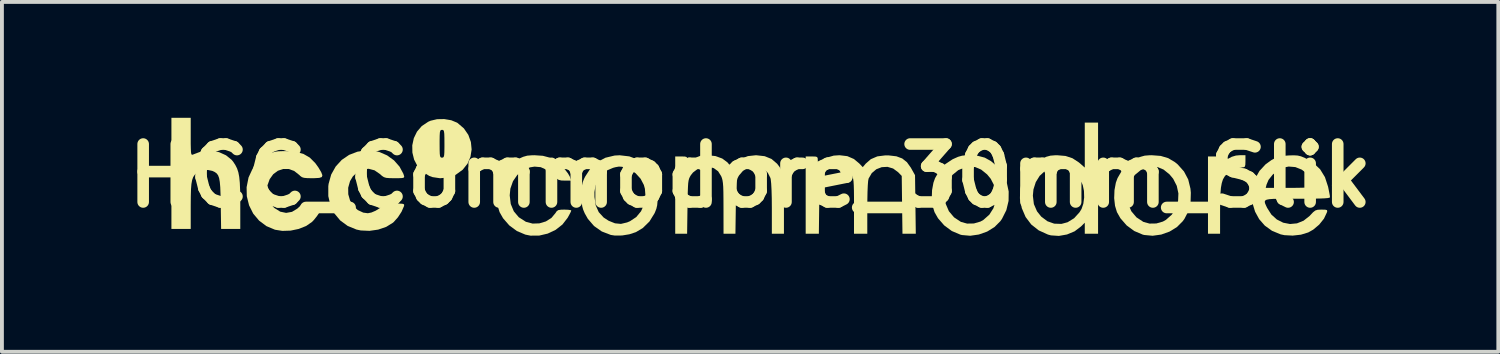
<source format=kicad_pcb>
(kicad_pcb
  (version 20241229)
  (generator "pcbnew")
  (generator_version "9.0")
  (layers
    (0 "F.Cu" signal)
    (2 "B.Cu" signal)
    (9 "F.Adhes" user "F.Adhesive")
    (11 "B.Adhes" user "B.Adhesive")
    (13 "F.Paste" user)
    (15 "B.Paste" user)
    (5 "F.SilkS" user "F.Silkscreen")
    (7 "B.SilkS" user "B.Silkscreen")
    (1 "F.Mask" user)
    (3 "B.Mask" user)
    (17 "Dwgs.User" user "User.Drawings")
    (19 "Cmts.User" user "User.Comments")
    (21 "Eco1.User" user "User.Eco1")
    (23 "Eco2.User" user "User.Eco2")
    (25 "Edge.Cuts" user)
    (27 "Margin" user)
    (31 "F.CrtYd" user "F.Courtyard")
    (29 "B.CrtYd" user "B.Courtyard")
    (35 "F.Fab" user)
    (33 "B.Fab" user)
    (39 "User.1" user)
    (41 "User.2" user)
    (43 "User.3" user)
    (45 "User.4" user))
  (footprint "HCC_Commodore_30mm_Slik"
    (layer "F.Cu")
    (at 16.371 1.501)
    (property "Reference" "HCC_Commodore_30mm_Slik" (at 0 0 0) (layer "F.SilkS") (effects (font (size 1.5 1.5) (thickness 0.3))))
    (attr board_only exclude_from_pos_files exclude_from_bom)
    (fp_poly (pts (xy 12.825 -0.375) (xy 12.822 -0.282) (xy 12.808 -0.235) (xy 12.778 -0.22) (xy 12.758 -0.219) (xy 12.612 -0.195) (xy 12.462 -0.133) (xy 12.34 -0.045) (xy 12.339 -0.044) (xy 12.285 0.02) (xy 12.242 0.095) (xy 12.212 0.189) (xy 12.19 0.31) (xy 12.177 0.469) (xy 12.17 0.673) (xy 12.168 0.921) (xy 12.168 1.501) (xy 12.012 1.501) (xy 11.855 1.501) (xy 11.855 0.5) (xy 11.855 -0.5) (xy 12.012 -0.5) (xy 12.104 -0.498) (xy 12.151 -0.486) (xy 12.166 -0.453) (xy 12.168 -0.409) (xy 12.168 -0.317) (xy 12.346 -0.425) (xy 12.472 -0.492) (xy 12.579 -0.524) (xy 12.675 -0.532) (xy 12.825 -0.532)) (stroke (width 0) (type solid)) (fill yes) (layer "F.SilkS"))
    (fp_poly (pts (xy -14.483 -1.013) (xy -14.483 -0.829) (xy -14.48 -0.698) (xy -14.476 -0.613) (xy -14.468 -0.565) (xy -14.455 -0.545) (xy -14.436 -0.545) (xy -14.428 -0.548) (xy -14.263 -0.611) (xy -14.127 -0.645) (xy -13.998 -0.653) (xy -13.951 -0.65) (xy -13.75 -0.612) (xy -13.569 -0.53) (xy -13.425 -0.414) (xy -13.385 -0.366) (xy -13.328 -0.279) (xy -13.283 -0.19) (xy -13.25 -0.09) (xy -13.227 0.031) (xy -13.212 0.183) (xy -13.204 0.374) (xy -13.201 0.615) (xy -13.2 0.725) (xy -13.2 1.376) (xy -13.448 1.376) (xy -13.696 1.376) (xy -13.706 0.727) (xy -13.711 0.487) (xy -13.718 0.3) (xy -13.73 0.161) (xy -13.748 0.059) (xy -13.775 -0.013) (xy -13.812 -0.062) (xy -13.862 -0.098) (xy -13.922 -0.126) (xy -14.037 -0.15) (xy -14.167 -0.142) (xy -14.283 -0.106) (xy -14.333 -0.073) (xy -14.382 -0.022) (xy -14.42 0.036) (xy -14.447 0.113) (xy -14.465 0.215) (xy -14.476 0.353) (xy -14.481 0.534) (xy -14.483 0.769) (xy -14.483 0.781) (xy -14.483 1.376) (xy -14.733 1.376) (xy -14.983 1.376) (xy -14.983 -0.063) (xy -14.983 -1.501) (xy -14.733 -1.501) (xy -14.483 -1.501)) (stroke (width 0) (type solid)) (fill yes) (layer "F.SilkS"))
    (fp_poly (pts (xy 5.896 -0.517) (xy 6.077 -0.469) (xy 6.237 -0.379) (xy 6.384 -0.252) (xy 6.54 -0.054) (xy 6.644 0.169) (xy 6.695 0.407) (xy 6.692 0.651) (xy 6.634 0.891) (xy 6.521 1.116) (xy 6.478 1.177) (xy 6.327 1.328) (xy 6.137 1.445) (xy 5.922 1.521) (xy 5.699 1.553) (xy 5.483 1.534) (xy 5.441 1.523) (xy 5.222 1.43) (xy 5.026 1.285) (xy 4.865 1.1) (xy 4.775 0.942) (xy 4.724 0.777) (xy 4.703 0.579) (xy 4.706 0.509) (xy 5.037 0.509) (xy 5.065 0.727) (xy 5.147 0.918) (xy 5.28 1.076) (xy 5.458 1.194) (xy 5.618 1.238) (xy 5.794 1.235) (xy 5.963 1.186) (xy 6.04 1.143) (xy 6.194 1.007) (xy 6.3 0.84) (xy 6.358 0.653) (xy 6.366 0.456) (xy 6.324 0.261) (xy 6.23 0.078) (xy 6.136 -0.036) (xy 5.982 -0.16) (xy 5.827 -0.226) (xy 5.66 -0.235) (xy 5.569 -0.219) (xy 5.39 -0.146) (xy 5.24 -0.023) (xy 5.127 0.138) (xy 5.057 0.33) (xy 5.037 0.509) (xy 4.706 0.509) (xy 4.711 0.372) (xy 4.747 0.178) (xy 4.789 0.061) (xy 4.908 -0.144) (xy 5.054 -0.302) (xy 5.239 -0.425) (xy 5.262 -0.436) (xy 5.385 -0.491) (xy 5.492 -0.521) (xy 5.617 -0.531) (xy 5.677 -0.532)) (stroke (width 0) (type solid)) (fill yes) (layer "F.SilkS"))
    (fp_poly (pts (xy 10.632 -0.514) (xy 10.826 -0.456) (xy 10.999 -0.353) (xy 11.072 -0.293) (xy 11.234 -0.111) (xy 11.343 0.095) (xy 11.401 0.333) (xy 11.411 0.438) (xy 11.404 0.692) (xy 11.35 0.913) (xy 11.245 1.116) (xy 11.202 1.176) (xy 11.051 1.328) (xy 10.86 1.445) (xy 10.645 1.522) (xy 10.421 1.553) (xy 10.205 1.533) (xy 10.165 1.523) (xy 9.946 1.43) (xy 9.749 1.285) (xy 9.588 1.1) (xy 9.498 0.942) (xy 9.448 0.777) (xy 9.426 0.579) (xy 9.429 0.509) (xy 9.76 0.509) (xy 9.788 0.727) (xy 9.87 0.918) (xy 10.003 1.076) (xy 10.182 1.194) (xy 10.342 1.238) (xy 10.517 1.235) (xy 10.687 1.186) (xy 10.764 1.143) (xy 10.918 1.007) (xy 11.024 0.84) (xy 11.081 0.653) (xy 11.089 0.456) (xy 11.047 0.261) (xy 10.954 0.078) (xy 10.859 -0.036) (xy 10.706 -0.16) (xy 10.55 -0.226) (xy 10.383 -0.235) (xy 10.292 -0.219) (xy 10.113 -0.146) (xy 9.963 -0.023) (xy 9.85 0.138) (xy 9.78 0.33) (xy 9.76 0.509) (xy 9.429 0.509) (xy 9.434 0.372) (xy 9.47 0.178) (xy 9.513 0.061) (xy 9.632 -0.144) (xy 9.778 -0.302) (xy 9.963 -0.425) (xy 9.986 -0.436) (xy 10.108 -0.491) (xy 10.216 -0.521) (xy 10.34 -0.531) (xy 10.4 -0.532)) (stroke (width 0) (type solid)) (fill yes) (layer "F.SilkS"))
    (fp_poly (pts (xy 9.009 0.063) (xy 9.009 1.501) (xy 8.837 1.501) (xy 8.665 1.501) (xy 8.665 1.358) (xy 8.665 1.215) (xy 8.567 1.313) (xy 8.402 1.438) (xy 8.205 1.52) (xy 7.995 1.557) (xy 7.789 1.543) (xy 7.711 1.522) (xy 7.473 1.414) (xy 7.28 1.262) (xy 7.133 1.068) (xy 7.034 0.837) (xy 6.986 0.583) (xy 6.988 0.516) (xy 7.321 0.516) (xy 7.347 0.733) (xy 7.428 0.92) (xy 7.538 1.058) (xy 7.697 1.177) (xy 7.874 1.24) (xy 8.061 1.246) (xy 8.22 1.203) (xy 8.389 1.099) (xy 8.529 0.945) (xy 8.581 0.86) (xy 8.627 0.726) (xy 8.649 0.561) (xy 8.644 0.392) (xy 8.613 0.243) (xy 8.59 0.188) (xy 8.479 0.025) (xy 8.34 -0.107) (xy 8.187 -0.192) (xy 8.155 -0.203) (xy 7.967 -0.23) (xy 7.79 -0.2) (xy 7.631 -0.121) (xy 7.497 0.002) (xy 7.397 0.163) (xy 7.336 0.354) (xy 7.321 0.516) (xy 6.988 0.516) (xy 6.994 0.335) (xy 7.055 0.102) (xy 7.167 -0.108) (xy 7.325 -0.287) (xy 7.526 -0.426) (xy 7.546 -0.436) (xy 7.669 -0.492) (xy 7.776 -0.521) (xy 7.9 -0.531) (xy 7.958 -0.531) (xy 8.168 -0.513) (xy 8.346 -0.454) (xy 8.51 -0.347) (xy 8.55 -0.314) (xy 8.665 -0.212) (xy 8.665 -0.794) (xy 8.665 -1.376) (xy 8.837 -1.376) (xy 9.009 -1.376)) (stroke (width 0) (type solid)) (fill yes) (layer "F.SilkS"))
    (fp_poly (pts (xy -7.739 -1.438) (xy -7.589 -1.376) (xy -7.574 -1.367) (xy -7.41 -1.226) (xy -7.295 -1.058) (xy -7.229 -0.873) (xy -7.21 -0.681) (xy -7.24 -0.491) (xy -7.316 -0.314) (xy -7.44 -0.158) (xy -7.61 -0.034) (xy -7.631 -0.023) (xy -7.822 0.044) (xy -8.026 0.064) (xy -8.221 0.035) (xy -8.306 0.004) (xy -8.48 -0.105) (xy -8.611 -0.249) (xy -8.62 -0.266) (xy -8.039 -0.266) (xy -8.024 -0.205) (xy -7.977 -0.188) (xy -7.928 -0.206) (xy -7.914 -0.266) (xy -7.929 -0.327) (xy -7.977 -0.344) (xy -8.026 -0.326) (xy -8.039 -0.266) (xy -8.62 -0.266) (xy -8.699 -0.418) (xy -8.744 -0.601) (xy -8.747 -0.789) (xy -8.738 -0.829) (xy -8.039 -0.829) (xy -8.038 -0.674) (xy -8.035 -0.572) (xy -8.028 -0.511) (xy -8.014 -0.48) (xy -7.992 -0.47) (xy -7.977 -0.469) (xy -7.95 -0.473) (xy -7.932 -0.492) (xy -7.921 -0.535) (xy -7.916 -0.615) (xy -7.914 -0.741) (xy -7.914 -0.829) (xy -7.915 -0.984) (xy -7.918 -1.086) (xy -7.926 -1.147) (xy -7.939 -1.178) (xy -7.961 -1.188) (xy -7.977 -1.189) (xy -8.003 -1.185) (xy -8.021 -1.166) (xy -8.032 -1.123) (xy -8.037 -1.043) (xy -8.039 -0.917) (xy -8.039 -0.829) (xy -8.738 -0.829) (xy -8.707 -0.973) (xy -8.625 -1.142) (xy -8.501 -1.287) (xy -8.335 -1.398) (xy -8.274 -1.425) (xy -8.105 -1.465) (xy -7.919 -1.468)) (stroke (width 0) (type solid)) (fill yes) (layer "F.SilkS"))
    (fp_poly (pts (xy -5.365 -0.517) (xy -5.184 -0.469) (xy -5.024 -0.38) (xy -4.878 -0.253) (xy -4.788 -0.155) (xy -4.714 -0.059) (xy -4.671 0.017) (xy -4.668 0.023) (xy -4.633 0.125) (xy -4.799 0.125) (xy -4.89 0.122) (xy -4.956 0.106) (xy -5.017 0.067) (xy -5.095 -0.005) (xy -5.118 -0.028) (xy -5.27 -0.154) (xy -5.421 -0.223) (xy -5.581 -0.237) (xy -5.694 -0.219) (xy -5.877 -0.144) (xy -6.027 -0.022) (xy -6.139 0.14) (xy -6.207 0.334) (xy -6.224 0.508) (xy -6.197 0.731) (xy -6.118 0.92) (xy -5.99 1.073) (xy -5.813 1.187) (xy -5.797 1.194) (xy -5.63 1.238) (xy -5.455 1.232) (xy -5.288 1.182) (xy -5.145 1.092) (xy -5.041 0.968) (xy -5.006 0.916) (xy -4.964 0.888) (xy -4.894 0.878) (xy -4.809 0.876) (xy -4.713 0.88) (xy -4.648 0.889) (xy -4.63 0.899) (xy -4.644 0.937) (xy -4.682 1.011) (xy -4.725 1.089) (xy -4.859 1.262) (xy -5.035 1.4) (xy -5.24 1.497) (xy -5.462 1.549) (xy -5.687 1.55) (xy -5.82 1.523) (xy -6.039 1.43) (xy -6.235 1.285) (xy -6.396 1.1) (xy -6.486 0.942) (xy -6.537 0.777) (xy -6.558 0.579) (xy -6.55 0.372) (xy -6.514 0.178) (xy -6.472 0.061) (xy -6.353 -0.144) (xy -6.207 -0.302) (xy -6.022 -0.425) (xy -5.999 -0.436) (xy -5.876 -0.491) (xy -5.769 -0.521) (xy -5.644 -0.531) (xy -5.584 -0.532)) (stroke (width 0) (type solid)) (fill yes) (layer "F.SilkS"))
    (fp_poly (pts (xy -9.682 -0.635) (xy -9.595 -0.614) (xy -9.398 -0.528) (xy -9.22 -0.399) (xy -9.077 -0.237) (xy -8.979 -0.056) (xy -8.963 -0.008) (xy -8.955 0.026) (xy -8.966 0.047) (xy -9.005 0.058) (xy -9.085 0.062) (xy -9.206 0.063) (xy -9.336 0.061) (xy -9.421 0.054) (xy -9.48 0.036) (xy -9.531 0.003) (xy -9.583 -0.044) (xy -9.724 -0.141) (xy -9.876 -0.181) (xy -10.026 -0.166) (xy -10.167 -0.098) (xy -10.287 0.019) (xy -10.358 0.139) (xy -10.406 0.309) (xy -10.404 0.479) (xy -10.358 0.639) (xy -10.274 0.778) (xy -10.159 0.887) (xy -10.016 0.954) (xy -9.897 0.97) (xy -9.804 0.951) (xy -9.696 0.905) (xy -9.597 0.844) (xy -9.533 0.782) (xy -9.533 0.781) (xy -9.507 0.751) (xy -9.465 0.733) (xy -9.393 0.723) (xy -9.279 0.72) (xy -9.218 0.719) (xy -9.087 0.72) (xy -9.007 0.724) (xy -8.967 0.735) (xy -8.956 0.755) (xy -8.962 0.787) (xy -8.963 0.79) (xy -9.024 0.93) (xy -9.118 1.075) (xy -9.226 1.196) (xy -9.25 1.217) (xy -9.422 1.323) (xy -9.63 1.394) (xy -9.856 1.426) (xy -10.079 1.416) (xy -10.192 1.392) (xy -10.42 1.298) (xy -10.612 1.157) (xy -10.762 0.977) (xy -10.866 0.765) (xy -10.921 0.527) (xy -10.921 0.271) (xy -10.913 0.208) (xy -10.846 -0.032) (xy -10.73 -0.239) (xy -10.573 -0.411) (xy -10.382 -0.541) (xy -10.165 -0.624) (xy -9.929 -0.658)) (stroke (width 0) (type solid)) (fill yes) (layer "F.SilkS"))
    (fp_poly (pts (xy -11.767 -0.62) (xy -11.567 -0.567) (xy -11.401 -0.471) (xy -11.259 -0.329) (xy -11.175 -0.212) (xy -11.104 -0.092) (xy -11.074 -0.013) (xy -11.089 0.033) (xy -11.156 0.055) (xy -11.278 0.062) (xy -11.334 0.063) (xy -11.464 0.061) (xy -11.549 0.053) (xy -11.604 0.036) (xy -11.647 0.005) (xy -11.67 -0.019) (xy -11.805 -0.125) (xy -11.948 -0.176) (xy -12.092 -0.176) (xy -12.228 -0.129) (xy -12.347 -0.04) (xy -12.439 0.088) (xy -12.497 0.249) (xy -12.512 0.397) (xy -12.496 0.563) (xy -12.439 0.697) (xy -12.332 0.82) (xy -12.311 0.838) (xy -12.166 0.929) (xy -12.013 0.961) (xy -11.861 0.934) (xy -11.72 0.848) (xy -11.683 0.813) (xy -11.635 0.767) (xy -11.588 0.739) (xy -11.526 0.725) (xy -11.43 0.72) (xy -11.333 0.719) (xy -11.205 0.721) (xy -11.127 0.727) (xy -11.088 0.741) (xy -11.074 0.764) (xy -11.073 0.776) (xy -11.093 0.843) (xy -11.143 0.938) (xy -11.214 1.044) (xy -11.293 1.143) (xy -11.343 1.195) (xy -11.495 1.3) (xy -11.686 1.376) (xy -11.897 1.42) (xy -12.111 1.427) (xy -12.301 1.397) (xy -12.524 1.303) (xy -12.713 1.161) (xy -12.865 0.98) (xy -12.972 0.766) (xy -13.031 0.529) (xy -13.036 0.297) (xy -12.986 0.044) (xy -12.882 -0.181) (xy -12.726 -0.373) (xy -12.522 -0.527) (xy -12.472 -0.554) (xy -12.386 -0.595) (xy -12.308 -0.621) (xy -12.218 -0.634) (xy -12.095 -0.638) (xy -12.012 -0.638)) (stroke (width 0) (type solid)) (fill yes) (layer "F.SilkS"))
    (fp_poly (pts (xy -3.127 -0.502) (xy -2.903 -0.418) (xy -2.709 -0.28) (xy -2.55 -0.091) (xy -2.485 0.022) (xy -2.441 0.116) (xy -2.413 0.198) (xy -2.399 0.289) (xy -2.394 0.409) (xy -2.393 0.5) (xy -2.396 0.653) (xy -2.406 0.763) (xy -2.427 0.854) (xy -2.463 0.946) (xy -2.475 0.972) (xy -2.606 1.184) (xy -2.779 1.353) (xy -2.956 1.459) (xy -3.126 1.515) (xy -3.316 1.546) (xy -3.5 1.548) (xy -3.606 1.532) (xy -3.84 1.442) (xy -4.041 1.301) (xy -4.202 1.113) (xy -4.282 0.972) (xy -4.322 0.877) (xy -4.347 0.789) (xy -4.359 0.686) (xy -4.363 0.547) (xy -4.363 0.5) (xy -4.362 0.423) (xy -4.03 0.423) (xy -4.029 0.55) (xy -3.997 0.767) (xy -3.919 0.941) (xy -3.793 1.08) (xy -3.664 1.164) (xy -3.498 1.231) (xy -3.345 1.246) (xy -3.185 1.208) (xy -3.109 1.176) (xy -2.948 1.069) (xy -2.824 0.919) (xy -2.743 0.74) (xy -2.708 0.541) (xy -2.724 0.335) (xy -2.751 0.237) (xy -2.835 0.077) (xy -2.963 -0.064) (xy -3.117 -0.169) (xy -3.211 -0.206) (xy -3.317 -0.233) (xy -3.398 -0.238) (xy -3.487 -0.222) (xy -3.547 -0.206) (xy -3.697 -0.142) (xy -3.819 -0.041) (xy -3.827 -0.032) (xy -3.939 0.113) (xy -4.004 0.257) (xy -4.03 0.423) (xy -4.362 0.423) (xy -4.361 0.353) (xy -4.352 0.247) (xy -4.332 0.162) (xy -4.298 0.076) (xy -4.271 0.022) (xy -4.132 -0.191) (xy -3.956 -0.355) (xy -3.746 -0.467) (xy -3.508 -0.524) (xy -3.378 -0.531)) (stroke (width 0) (type solid)) (fill yes) (layer "F.SilkS"))
    (fp_poly (pts (xy 2.517 -0.508) (xy 2.688 -0.434) (xy 2.827 -0.318) (xy 2.917 -0.223) (xy 2.992 -0.313) (xy 3.126 -0.43) (xy 3.294 -0.502) (xy 3.5 -0.528) (xy 3.593 -0.527) (xy 3.788 -0.504) (xy 3.939 -0.448) (xy 4.06 -0.352) (xy 4.163 -0.208) (xy 4.176 -0.184) (xy 4.27 -0.016) (xy 4.28 0.743) (xy 4.29 1.501) (xy 4.117 1.501) (xy 3.945 1.501) (xy 3.935 0.753) (xy 3.926 0.004) (xy 3.833 -0.092) (xy 3.703 -0.188) (xy 3.557 -0.231) (xy 3.408 -0.223) (xy 3.268 -0.169) (xy 3.15 -0.069) (xy 3.068 0.072) (xy 3.068 0.072) (xy 3.056 0.134) (xy 3.047 0.25) (xy 3.04 0.412) (xy 3.036 0.611) (xy 3.034 0.831) (xy 3.034 1.501) (xy 2.862 1.501) (xy 2.69 1.501) (xy 2.69 0.79) (xy 2.69 0.558) (xy 2.688 0.38) (xy 2.684 0.248) (xy 2.678 0.152) (xy 2.669 0.083) (xy 2.656 0.034) (xy 2.639 -0.005) (xy 2.629 -0.022) (xy 2.527 -0.144) (xy 2.398 -0.212) (xy 2.248 -0.231) (xy 2.103 -0.211) (xy 1.981 -0.145) (xy 1.868 -0.026) (xy 1.863 -0.019) (xy 1.842 0.012) (xy 1.826 0.05) (xy 1.814 0.102) (xy 1.806 0.177) (xy 1.799 0.284) (xy 1.795 0.43) (xy 1.791 0.625) (xy 1.789 0.784) (xy 1.78 1.501) (xy 1.609 1.501) (xy 1.439 1.501) (xy 1.439 0.5) (xy 1.439 -0.5) (xy 1.595 -0.5) (xy 1.688 -0.498) (xy 1.734 -0.486) (xy 1.75 -0.453) (xy 1.752 -0.407) (xy 1.757 -0.336) (xy 1.778 -0.319) (xy 1.826 -0.353) (xy 1.855 -0.379) (xy 1.991 -0.472) (xy 2.165 -0.522) (xy 2.315 -0.532)) (stroke (width 0) (type solid)) (fill yes) (layer "F.SilkS"))
    (fp_poly (pts (xy -0.895 -0.51) (xy -0.72 -0.446) (xy -0.586 -0.346) (xy -0.555 -0.309) (xy -0.488 -0.218) (xy -0.377 -0.327) (xy -0.227 -0.442) (xy -0.058 -0.509) (xy 0.144 -0.531) (xy 0.163 -0.531) (xy 0.378 -0.507) (xy 0.555 -0.435) (xy 0.698 -0.313) (xy 0.709 -0.299) (xy 0.759 -0.234) (xy 0.798 -0.167) (xy 0.827 -0.091) (xy 0.848 0.005) (xy 0.862 0.128) (xy 0.87 0.286) (xy 0.875 0.489) (xy 0.876 0.745) (xy 0.876 0.778) (xy 0.876 1.501) (xy 0.719 1.501) (xy 0.563 1.501) (xy 0.563 0.84) (xy 0.561 0.584) (xy 0.555 0.37) (xy 0.546 0.204) (xy 0.534 0.092) (xy 0.526 0.057) (xy 0.458 -0.078) (xy 0.353 -0.172) (xy 0.224 -0.225) (xy 0.082 -0.236) (xy -0.058 -0.203) (xy -0.186 -0.126) (xy -0.284 -0.012) (xy -0.309 0.03) (xy -0.328 0.072) (xy -0.341 0.124) (xy -0.351 0.194) (xy -0.358 0.292) (xy -0.363 0.426) (xy -0.367 0.606) (xy -0.37 0.805) (xy -0.38 1.501) (xy -0.534 1.501) (xy -0.688 1.501) (xy -0.689 0.821) (xy -0.69 0.592) (xy -0.692 0.416) (xy -0.696 0.284) (xy -0.704 0.187) (xy -0.715 0.114) (xy -0.73 0.058) (xy -0.749 0.01) (xy -0.829 -0.117) (xy -0.938 -0.196) (xy -1.068 -0.235) (xy -1.212 -0.232) (xy -1.355 -0.179) (xy -1.479 -0.084) (xy -1.536 -0.012) (xy -1.56 0.03) (xy -1.579 0.072) (xy -1.593 0.124) (xy -1.603 0.194) (xy -1.609 0.292) (xy -1.614 0.426) (xy -1.618 0.606) (xy -1.621 0.805) (xy -1.631 1.501) (xy -1.785 1.501) (xy -1.939 1.501) (xy -1.939 0.5) (xy -1.939 -0.5) (xy -1.783 -0.5) (xy -1.69 -0.498) (xy -1.644 -0.486) (xy -1.628 -0.453) (xy -1.627 -0.409) (xy -1.627 -0.317) (xy -1.467 -0.424) (xy -1.369 -0.485) (xy -1.287 -0.517) (xy -1.191 -0.53) (xy -1.102 -0.532)) (stroke (width 0) (type solid)) (fill yes) (layer "F.SilkS"))
    (fp_poly (pts (xy 14.176 -0.524) (xy 14.261 -0.504) (xy 14.355 -0.466) (xy 14.364 -0.462) (xy 14.586 -0.332) (xy 14.758 -0.168) (xy 14.883 0.035) (xy 14.964 0.282) (xy 14.968 0.301) (xy 14.991 0.414) (xy 15.008 0.505) (xy 15.014 0.555) (xy 15.014 0.555) (xy 15.001 0.567) (xy 14.956 0.577) (xy 14.875 0.584) (xy 14.752 0.589) (xy 14.581 0.592) (xy 14.357 0.594) (xy 14.17 0.594) (xy 13.909 0.594) (xy 13.705 0.595) (xy 13.552 0.598) (xy 13.443 0.606) (xy 13.372 0.62) (xy 13.335 0.642) (xy 13.324 0.674) (xy 13.334 0.717) (xy 13.359 0.774) (xy 13.385 0.829) (xy 13.495 1.003) (xy 13.638 1.132) (xy 13.803 1.215) (xy 13.979 1.249) (xy 14.159 1.232) (xy 14.33 1.163) (xy 14.485 1.041) (xy 14.498 1.027) (xy 14.575 0.945) (xy 14.634 0.899) (xy 14.695 0.88) (xy 14.782 0.876) (xy 14.795 0.876) (xy 14.889 0.878) (xy 14.934 0.888) (xy 14.943 0.914) (xy 14.935 0.946) (xy 14.858 1.11) (xy 14.734 1.265) (xy 14.579 1.395) (xy 14.451 1.467) (xy 14.262 1.525) (xy 14.048 1.549) (xy 13.837 1.538) (xy 13.737 1.517) (xy 13.513 1.425) (xy 13.327 1.291) (xy 13.181 1.124) (xy 13.075 0.931) (xy 13.011 0.721) (xy 12.989 0.503) (xy 13.008 0.313) (xy 13.35 0.313) (xy 13.977 0.313) (xy 14.169 0.312) (xy 14.338 0.308) (xy 14.476 0.303) (xy 14.573 0.297) (xy 14.618 0.289) (xy 14.62 0.287) (xy 14.614 0.249) (xy 14.583 0.175) (xy 14.544 0.101) (xy 14.428 -0.049) (xy 14.282 -0.159) (xy 14.117 -0.225) (xy 13.946 -0.239) (xy 13.836 -0.218) (xy 13.672 -0.141) (xy 13.529 -0.028) (xy 13.422 0.108) (xy 13.371 0.229) (xy 13.35 0.313) (xy 13.008 0.313) (xy 13.011 0.283) (xy 13.077 0.071) (xy 13.188 -0.125) (xy 13.346 -0.296) (xy 13.496 -0.405) (xy 13.598 -0.461) (xy 13.687 -0.495) (xy 13.789 -0.514) (xy 13.927 -0.525) (xy 13.936 -0.526) (xy 14.075 -0.53)) (stroke (width 0) (type solid)) (fill yes) (layer "F.SilkS")))
  (gr_rect
    (start -3 -3)
    (end 35.743 6.058)
    (stroke (width 0.1) (type default))
    (fill no)
    (layer "Edge.Cuts")))
</source>
